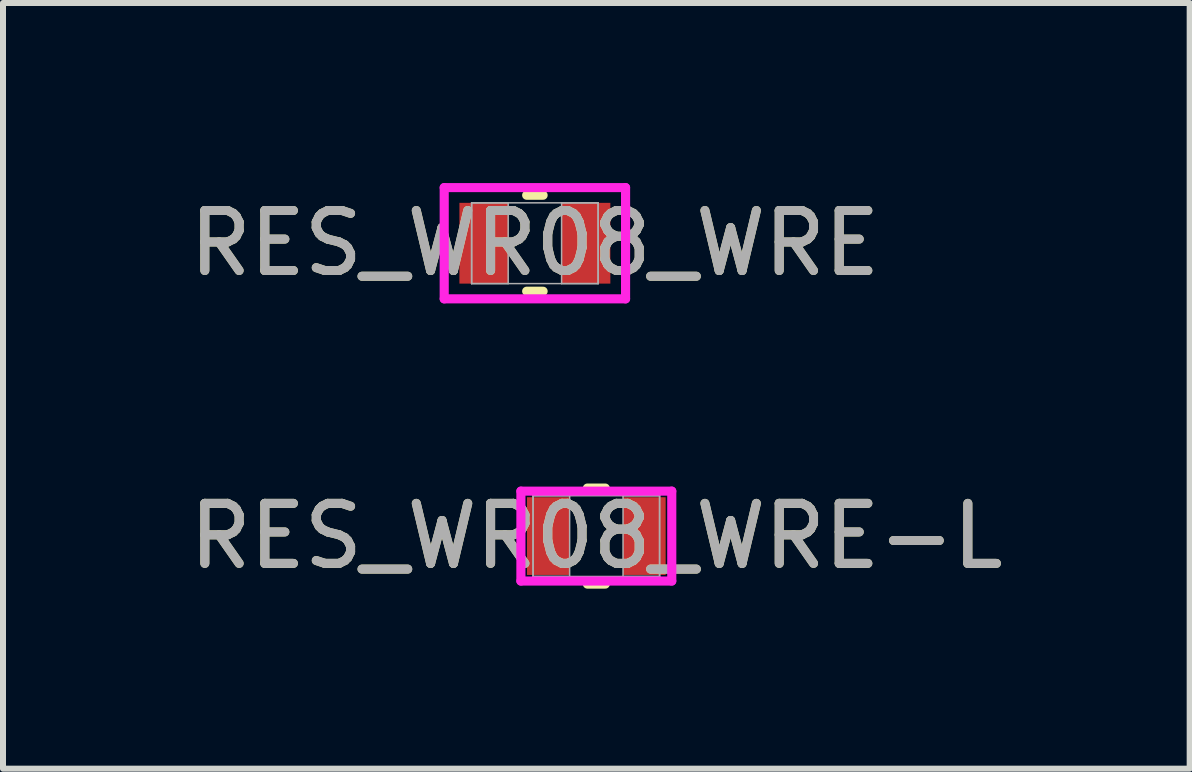
<source format=kicad_pcb>
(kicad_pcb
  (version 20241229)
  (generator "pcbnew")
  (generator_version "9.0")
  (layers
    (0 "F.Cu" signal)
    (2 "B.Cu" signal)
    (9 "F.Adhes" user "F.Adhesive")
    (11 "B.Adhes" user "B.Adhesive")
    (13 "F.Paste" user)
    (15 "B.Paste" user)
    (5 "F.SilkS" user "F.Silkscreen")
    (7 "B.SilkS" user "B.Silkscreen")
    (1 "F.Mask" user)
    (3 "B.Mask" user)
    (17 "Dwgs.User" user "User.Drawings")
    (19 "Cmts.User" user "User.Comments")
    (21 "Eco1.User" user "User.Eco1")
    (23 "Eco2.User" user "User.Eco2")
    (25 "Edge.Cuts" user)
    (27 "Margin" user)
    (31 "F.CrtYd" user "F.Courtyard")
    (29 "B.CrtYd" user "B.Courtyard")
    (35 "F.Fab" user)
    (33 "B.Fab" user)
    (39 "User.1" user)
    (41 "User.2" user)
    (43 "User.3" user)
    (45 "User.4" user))
  (footprint "RES_WR08_WRE"
    (layer "F.Cu")
    (at 5.863 1.003)
    (property "Reference" "RES_WR08_WRE" (at 0 0 0) (unlocked yes) (layer "F.SilkS") (effects (font (size 1 1) (thickness 0.15))))
    (attr smd)
    (fp_line (start -0.137 0.8) (end 0.137 0.8) (stroke (width 0.152) (type solid)) (layer "F.SilkS"))
    (fp_line (start 0.137 -0.8) (end -0.137 -0.8) (stroke (width 0.152) (type solid)) (layer "F.SilkS"))
    (fp_line (start -1.511 -0.927) (end 1.511 -0.927) (stroke (width 0.152) (type solid)) (layer "F.CrtYd"))
    (fp_line (start -1.511 0.927) (end -1.511 -0.927) (stroke (width 0.152) (type solid)) (layer "F.CrtYd"))
    (fp_line (start 1.511 -0.927) (end 1.511 0.927) (stroke (width 0.152) (type solid)) (layer "F.CrtYd"))
    (fp_line (start 1.511 0.927) (end -1.511 0.927) (stroke (width 0.152) (type solid)) (layer "F.CrtYd"))
    (fp_line (start -1.054 -0.673) (end -1.054 0.673) (stroke (width 0.025) (type solid)) (layer "F.Fab"))
    (fp_line (start -1.054 -0.673) (end -1.054 0.673) (stroke (width 0.025) (type solid)) (layer "F.Fab"))
    (fp_line (start -1.054 0.673) (end -0.445 0.673) (stroke (width 0.025) (type solid)) (layer "F.Fab"))
    (fp_line (start -1.054 0.673) (end 1.054 0.673) (stroke (width 0.025) (type solid)) (layer "F.Fab"))
    (fp_line (start -0.445 -0.673) (end -1.054 -0.673) (stroke (width 0.025) (type solid)) (layer "F.Fab"))
    (fp_line (start -0.445 0.673) (end -0.445 -0.673) (stroke (width 0.025) (type solid)) (layer "F.Fab"))
    (fp_line (start 0.445 -0.673) (end 0.445 0.673) (stroke (width 0.025) (type solid)) (layer "F.Fab"))
    (fp_line (start 0.445 0.673) (end 1.054 0.673) (stroke (width 0.025) (type solid)) (layer "F.Fab"))
    (fp_line (start 1.054 -0.673) (end -1.054 -0.673) (stroke (width 0.025) (type solid)) (layer "F.Fab"))
    (fp_line (start 1.054 -0.673) (end 0.445 -0.673) (stroke (width 0.025) (type solid)) (layer "F.Fab"))
    (fp_line (start 1.054 0.673) (end 1.054 -0.673) (stroke (width 0.025) (type solid)) (layer "F.Fab"))
    (fp_line (start 1.054 0.673) (end 1.054 -0.673) (stroke (width 0.025) (type solid)) (layer "F.Fab"))
    (fp_text user "${REFERENCE}" (at 0 0 0) (unlocked yes) (layer "F.Fab") (effects (font (size 1 1) (thickness 0.15))))
    (pad "1" smd rect (at -0.851 0) (size 0.813 1.346) (layers "F.Cu" "F.Mask" "F.Paste"))
    (pad "2" smd rect (at 0.851 0) (size 0.813 1.346) (layers "F.Cu" "F.Mask" "F.Paste"))
    (zone (net_name "") (layer "F.Cu") (hatch full 0.508) (connect_pads) (min_thickness 0.254) (filled_areas_thickness no) (keepout (tracks not_allowed) (vias not_allowed) (pads allowed) (copperpour not_allowed) (footprints allowed)) (placement (enabled no)) (fill) (polygon (pts (xy 5.469 0.381) (xy 6.257 0.381) (xy 6.257 1.626) (xy 5.469 1.626)))))
  (footprint "RES_WR08_WRE-L"
    (layer "F.Cu")
    (at 6.887 5.883)
    (property "Reference" "RES_WR08_WRE-L" (at 0 0 0) (unlocked yes) (layer "F.SilkS") (effects (font (size 1 1) (thickness 0.15))))
    (attr smd)
    (fp_line (start -0.149 0.8) (end 0.149 0.8) (stroke (width 0.152) (type solid)) (layer "F.SilkS"))
    (fp_line (start 0.149 -0.8) (end -0.149 -0.8) (stroke (width 0.152) (type solid)) (layer "F.SilkS"))
    (fp_line (start -1.257 -0.749) (end 1.257 -0.749) (stroke (width 0.152) (type solid)) (layer "F.CrtYd"))
    (fp_line (start -1.257 0.749) (end -1.257 -0.749) (stroke (width 0.152) (type solid)) (layer "F.CrtYd"))
    (fp_line (start 1.257 -0.749) (end 1.257 0.749) (stroke (width 0.152) (type solid)) (layer "F.CrtYd"))
    (fp_line (start 1.257 0.749) (end -1.257 0.749) (stroke (width 0.152) (type solid)) (layer "F.CrtYd"))
    (fp_line (start -1.054 -0.673) (end -1.054 0.673) (stroke (width 0.025) (type solid)) (layer "F.Fab"))
    (fp_line (start -1.054 -0.673) (end -1.054 0.673) (stroke (width 0.025) (type solid)) (layer "F.Fab"))
    (fp_line (start -1.054 0.673) (end -0.445 0.673) (stroke (width 0.025) (type solid)) (layer "F.Fab"))
    (fp_line (start -1.054 0.673) (end 1.054 0.673) (stroke (width 0.025) (type solid)) (layer "F.Fab"))
    (fp_line (start -0.445 -0.673) (end -1.054 -0.673) (stroke (width 0.025) (type solid)) (layer "F.Fab"))
    (fp_line (start -0.445 0.673) (end -0.445 -0.673) (stroke (width 0.025) (type solid)) (layer "F.Fab"))
    (fp_line (start 0.445 -0.673) (end 0.445 0.673) (stroke (width 0.025) (type solid)) (layer "F.Fab"))
    (fp_line (start 0.445 0.673) (end 1.054 0.673) (stroke (width 0.025) (type solid)) (layer "F.Fab"))
    (fp_line (start 1.054 -0.673) (end -1.054 -0.673) (stroke (width 0.025) (type solid)) (layer "F.Fab"))
    (fp_line (start 1.054 -0.673) (end 0.445 -0.673) (stroke (width 0.025) (type solid)) (layer "F.Fab"))
    (fp_line (start 1.054 0.673) (end 1.054 -0.673) (stroke (width 0.025) (type solid)) (layer "F.Fab"))
    (fp_line (start 1.054 0.673) (end 1.054 -0.673) (stroke (width 0.025) (type solid)) (layer "F.Fab"))
    (fp_text user "${REFERENCE}" (at 0 0 0) (unlocked yes) (layer "F.Fab") (effects (font (size 1 1) (thickness 0.15))))
    (pad "1" smd rect (at -0.8 0) (size 0.711 1.295) (layers "F.Cu" "F.Mask" "F.Paste"))
    (pad "2" smd rect (at 0.8 0) (size 0.711 1.295) (layers "F.Cu" "F.Mask" "F.Paste"))
    (zone (net_name "") (layer "F.Cu") (hatch full 0.508) (connect_pads) (min_thickness 0.254) (filled_areas_thickness no) (keepout (tracks not_allowed) (vias not_allowed) (pads allowed) (copperpour not_allowed) (footprints allowed)) (placement (enabled no)) (fill) (polygon (pts (xy 6.493 5.261) (xy 7.281 5.261) (xy 7.281 6.505) (xy 6.493 6.505)))))
  (gr_rect
    (start -3 -3)
    (end 16.774 9.759)
    (stroke (width 0.1) (type default))
    (fill no)
    (layer "Edge.Cuts")))
</source>
